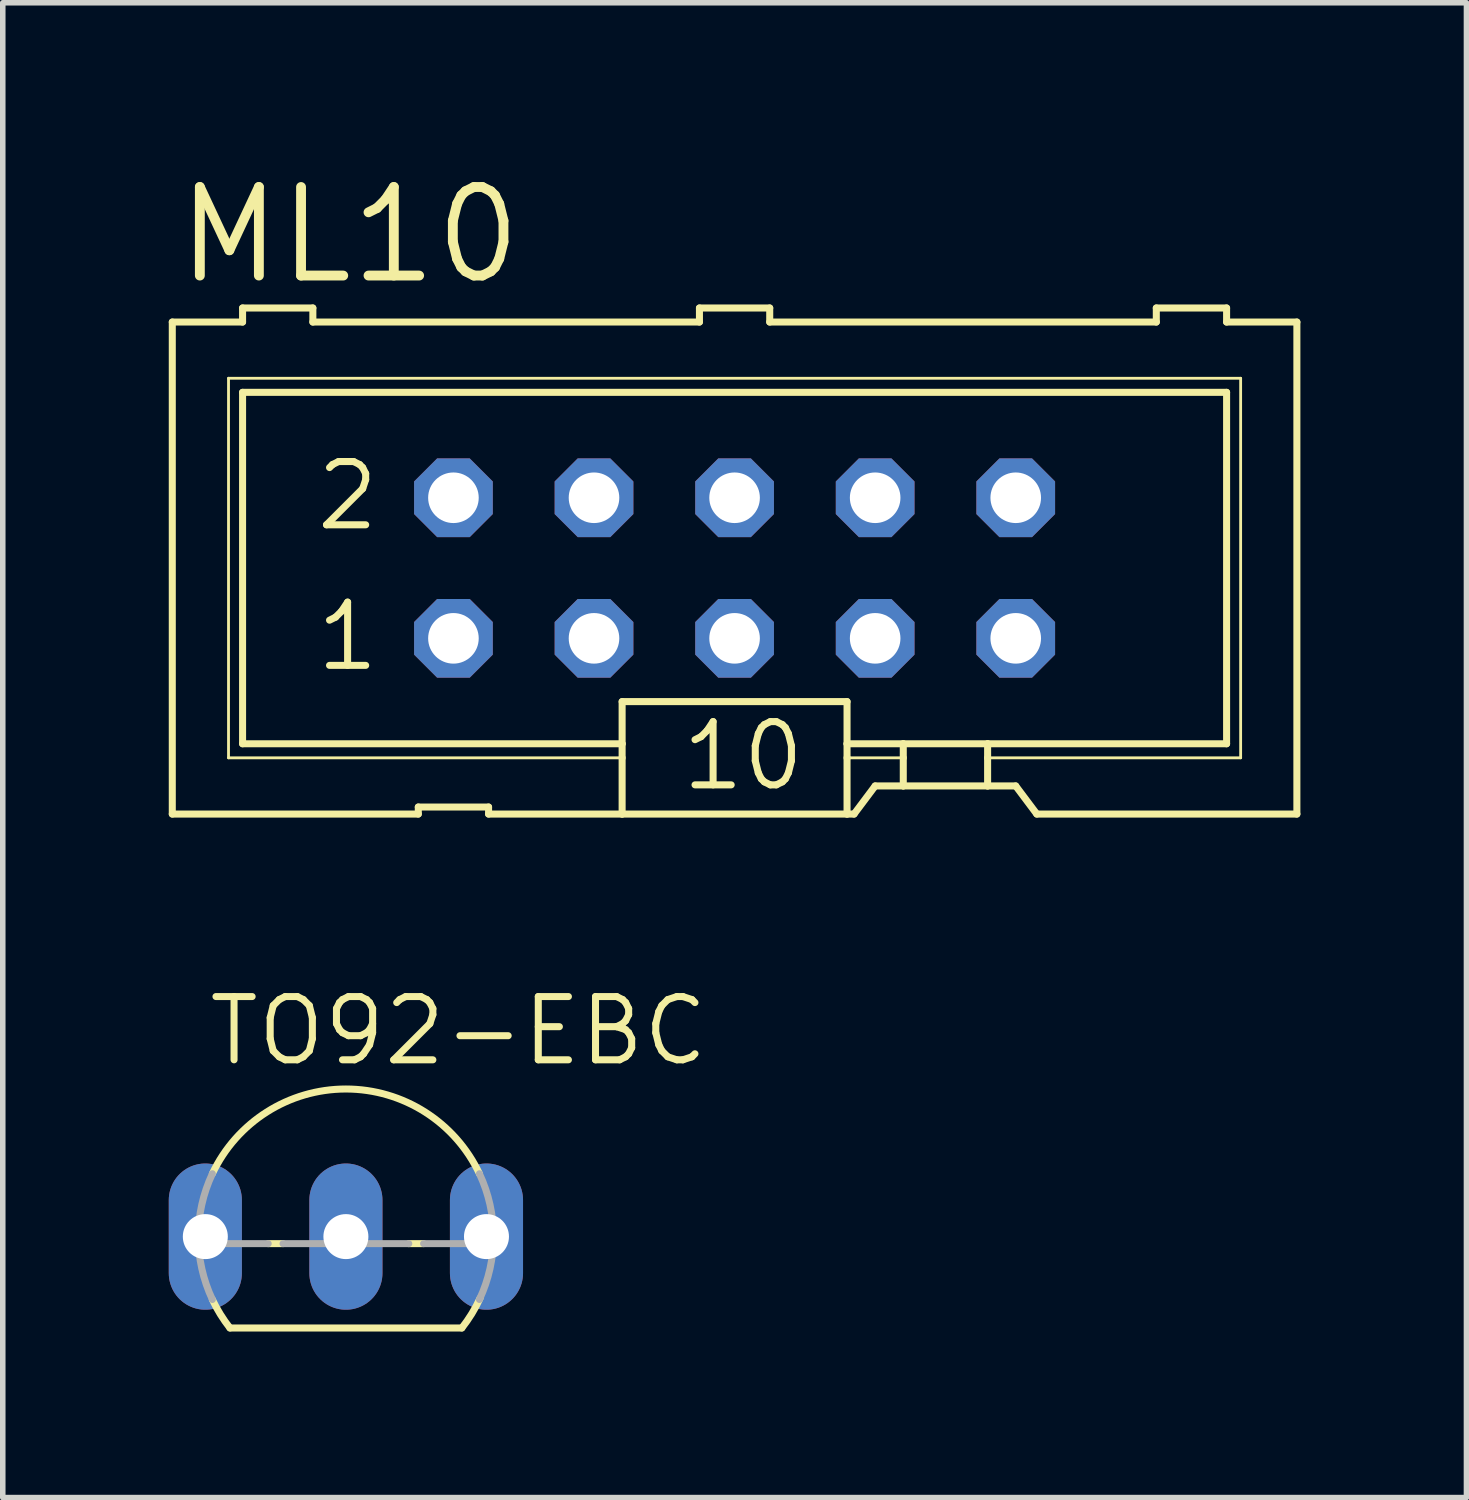
<source format=kicad_pcb>
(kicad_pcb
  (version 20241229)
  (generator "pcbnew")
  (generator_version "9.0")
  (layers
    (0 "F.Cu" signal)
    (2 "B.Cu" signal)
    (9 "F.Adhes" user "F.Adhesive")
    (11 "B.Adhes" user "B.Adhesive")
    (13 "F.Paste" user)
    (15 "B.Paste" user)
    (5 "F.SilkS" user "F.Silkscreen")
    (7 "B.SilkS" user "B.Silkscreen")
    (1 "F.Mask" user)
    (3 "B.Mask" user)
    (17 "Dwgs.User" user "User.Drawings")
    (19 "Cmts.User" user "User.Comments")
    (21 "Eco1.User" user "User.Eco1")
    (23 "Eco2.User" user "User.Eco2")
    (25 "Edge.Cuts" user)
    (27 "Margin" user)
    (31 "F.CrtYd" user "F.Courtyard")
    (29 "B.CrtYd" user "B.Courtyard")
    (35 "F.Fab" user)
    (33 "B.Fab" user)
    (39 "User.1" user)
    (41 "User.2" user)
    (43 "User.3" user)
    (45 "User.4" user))
  (footprint "TO92-EBC"
    (layer "F.Cu")
    (at 3.2 18.024)
    (property "Reference" "TO92-EBC" (at -2.54 -1.778 0) (unlocked yes) (layer "F.SilkS") (effects (font (size 1.143 1.143) (thickness 0.127)) (justify left bottom)))
    (fp_line (start -2.095 2.921) (end 2.095 2.921) (stroke (width 0.127) (type solid)) (layer "F.SilkS"))
    (fp_line (start -1.136 1.397) (end -1.404 1.397) (stroke (width 0.127) (type solid)) (layer "F.SilkS"))
    (fp_line (start 1.404 1.397) (end 1.136 1.397) (stroke (width 0.127) (type solid)) (layer "F.SilkS"))
    (fp_arc (start -2.413 0.1341) (mid -0.000001 -1.396986) (end 2.412999 0.134099) (stroke (width 0.127) (type solid)) (layer "F.SilkS"))
    (fp_arc (start -2.095 2.921) (mid -2.268918 2.67252) (end -2.4135 2.4059) (stroke (width 0.127) (type solid)) (layer "F.SilkS"))
    (fp_arc (start 2.4247 2.3818) (mid 2.275878 2.661201) (end 2.095 2.921) (stroke (width 0.127) (type solid)) (layer "F.SilkS"))
    (fp_line (start -1.404 1.397) (end -2.664 1.397) (stroke (width 0.127) (type solid)) (layer "F.Fab"))
    (fp_line (start 1.136 1.397) (end -1.136 1.397) (stroke (width 0.127) (type solid)) (layer "F.Fab"))
    (fp_line (start 2.664 1.397) (end 1.404 1.397) (stroke (width 0.127) (type solid)) (layer "F.Fab"))
    (fp_arc (start -2.413 2.4059) (mid -2.666991 1.27) (end -2.413 0.1341) (stroke (width 0.127) (type solid)) (layer "F.Fab"))
    (fp_arc (start 2.413 0.1341) (mid 2.666991 1.27) (end 2.413 2.4059) (stroke (width 0.127) (type solid)) (layer "F.Fab"))
    (pad "B" thru_hole oval (at 0 1.27 90) (size 2.642 1.321) (drill 0.813) (layers "*.Cu" "*.Mask"))
    (pad "C" thru_hole oval (at -2.54 1.27 90) (size 2.642 1.321) (drill 0.813) (layers "*.Cu" "*.Mask"))
    (pad "E" thru_hole oval (at 2.54 1.27 90) (size 2.642 1.321) (drill 0.813) (layers "*.Cu" "*.Mask")))
  (footprint "ML10"
    (layer "F.Cu")
    (at 10.223 7.214)
    (property "Reference" "ML10" (at -10.16 -5.08 0) (unlocked yes) (layer "F.SilkS") (effects (font (size 1.6 1.6) (thickness 0.178)) (justify left bottom)))
    (fp_line (start -10.16 -4.445) (end -10.16 4.445) (stroke (width 0.127) (type solid)) (layer "F.SilkS"))
    (fp_line (start -10.16 -4.445) (end -8.89 -4.445) (stroke (width 0.127) (type solid)) (layer "F.SilkS"))
    (fp_line (start -9.144 -3.429) (end -9.144 3.429) (stroke (width 0.051) (type solid)) (layer "F.SilkS"))
    (fp_line (start -9.144 3.429) (end -2.032 3.429) (stroke (width 0.051) (type solid)) (layer "F.SilkS"))
    (fp_line (start -8.89 -4.699) (end -8.89 -4.445) (stroke (width 0.127) (type solid)) (layer "F.SilkS"))
    (fp_line (start -8.89 -3.175) (end -8.89 3.175) (stroke (width 0.127) (type solid)) (layer "F.SilkS"))
    (fp_line (start -8.89 -3.175) (end 8.89 -3.175) (stroke (width 0.127) (type solid)) (layer "F.SilkS"))
    (fp_line (start -7.62 -4.699) (end -8.89 -4.699) (stroke (width 0.127) (type solid)) (layer "F.SilkS"))
    (fp_line (start -7.62 -4.699) (end -7.62 -4.445) (stroke (width 0.127) (type solid)) (layer "F.SilkS"))
    (fp_line (start -7.62 -4.445) (end -0.635 -4.445) (stroke (width 0.127) (type solid)) (layer "F.SilkS"))
    (fp_line (start -5.715 4.445) (end -10.16 4.445) (stroke (width 0.127) (type solid)) (layer "F.SilkS"))
    (fp_line (start -5.715 4.445) (end -5.715 4.318) (stroke (width 0.127) (type solid)) (layer "F.SilkS"))
    (fp_line (start -4.445 4.318) (end -5.715 4.318) (stroke (width 0.127) (type solid)) (layer "F.SilkS"))
    (fp_line (start -4.445 4.318) (end -4.445 4.445) (stroke (width 0.127) (type solid)) (layer "F.SilkS"))
    (fp_line (start -2.032 3.175) (end -8.89 3.175) (stroke (width 0.127) (type solid)) (layer "F.SilkS"))
    (fp_line (start -2.032 3.175) (end -2.032 2.413) (stroke (width 0.127) (type solid)) (layer "F.SilkS"))
    (fp_line (start -2.032 3.175) (end -2.032 3.429) (stroke (width 0.127) (type solid)) (layer "F.SilkS"))
    (fp_line (start -2.032 3.429) (end -2.032 4.445) (stroke (width 0.127) (type solid)) (layer "F.SilkS"))
    (fp_line (start -2.032 4.445) (end -4.445 4.445) (stroke (width 0.127) (type solid)) (layer "F.SilkS"))
    (fp_line (start -0.635 -4.699) (end -0.635 -4.445) (stroke (width 0.127) (type solid)) (layer "F.SilkS"))
    (fp_line (start 0.635 -4.699) (end -0.635 -4.699) (stroke (width 0.127) (type solid)) (layer "F.SilkS"))
    (fp_line (start 0.635 -4.699) (end 0.635 -4.445) (stroke (width 0.127) (type solid)) (layer "F.SilkS"))
    (fp_line (start 0.635 -4.445) (end 7.62 -4.445) (stroke (width 0.127) (type solid)) (layer "F.SilkS"))
    (fp_line (start 2.032 2.413) (end -2.032 2.413) (stroke (width 0.127) (type solid)) (layer "F.SilkS"))
    (fp_line (start 2.032 2.413) (end 2.032 3.175) (stroke (width 0.127) (type solid)) (layer "F.SilkS"))
    (fp_line (start 2.032 3.175) (end 2.032 3.429) (stroke (width 0.127) (type solid)) (layer "F.SilkS"))
    (fp_line (start 2.032 3.429) (end 2.032 4.445) (stroke (width 0.127) (type solid)) (layer "F.SilkS"))
    (fp_line (start 2.032 4.445) (end -2.032 4.445) (stroke (width 0.127) (type solid)) (layer "F.SilkS"))
    (fp_line (start 2.159 4.445) (end 2.032 4.445) (stroke (width 0.127) (type solid)) (layer "F.SilkS"))
    (fp_line (start 2.159 4.445) (end 2.54 3.937) (stroke (width 0.127) (type solid)) (layer "F.SilkS"))
    (fp_line (start 3.048 3.175) (end 2.032 3.175) (stroke (width 0.127) (type solid)) (layer "F.SilkS"))
    (fp_line (start 3.048 3.175) (end 3.048 3.429) (stroke (width 0.127) (type solid)) (layer "F.SilkS"))
    (fp_line (start 3.048 3.429) (end 2.032 3.429) (stroke (width 0.051) (type solid)) (layer "F.SilkS"))
    (fp_line (start 3.048 3.429) (end 3.048 3.937) (stroke (width 0.127) (type solid)) (layer "F.SilkS"))
    (fp_line (start 3.048 3.937) (end 2.54 3.937) (stroke (width 0.127) (type solid)) (layer "F.SilkS"))
    (fp_line (start 4.572 3.175) (end 3.048 3.175) (stroke (width 0.127) (type solid)) (layer "F.SilkS"))
    (fp_line (start 4.572 3.175) (end 4.572 3.429) (stroke (width 0.127) (type solid)) (layer "F.SilkS"))
    (fp_line (start 4.572 3.429) (end 4.572 3.937) (stroke (width 0.127) (type solid)) (layer "F.SilkS"))
    (fp_line (start 4.572 3.429) (end 9.144 3.429) (stroke (width 0.051) (type solid)) (layer "F.SilkS"))
    (fp_line (start 4.572 3.937) (end 3.048 3.937) (stroke (width 0.127) (type solid)) (layer "F.SilkS"))
    (fp_line (start 5.08 3.937) (end 4.572 3.937) (stroke (width 0.127) (type solid)) (layer "F.SilkS"))
    (fp_line (start 5.08 3.937) (end 5.461 4.445) (stroke (width 0.127) (type solid)) (layer "F.SilkS"))
    (fp_line (start 7.62 -4.445) (end 7.62 -4.699) (stroke (width 0.127) (type solid)) (layer "F.SilkS"))
    (fp_line (start 8.89 -4.699) (end 7.62 -4.699) (stroke (width 0.127) (type solid)) (layer "F.SilkS"))
    (fp_line (start 8.89 -4.445) (end 8.89 -4.699) (stroke (width 0.127) (type solid)) (layer "F.SilkS"))
    (fp_line (start 8.89 -4.445) (end 10.16 -4.445) (stroke (width 0.127) (type solid)) (layer "F.SilkS"))
    (fp_line (start 8.89 3.175) (end 4.572 3.175) (stroke (width 0.127) (type solid)) (layer "F.SilkS"))
    (fp_line (start 8.89 3.175) (end 8.89 -3.175) (stroke (width 0.127) (type solid)) (layer "F.SilkS"))
    (fp_line (start 9.144 -3.429) (end -9.144 -3.429) (stroke (width 0.051) (type solid)) (layer "F.SilkS"))
    (fp_line (start 9.144 3.429) (end 9.144 -3.429) (stroke (width 0.051) (type solid)) (layer "F.SilkS"))
    (fp_line (start 10.16 4.445) (end 5.461 4.445) (stroke (width 0.127) (type solid)) (layer "F.SilkS"))
    (fp_line (start 10.16 4.445) (end 10.16 -4.445) (stroke (width 0.127) (type solid)) (layer "F.SilkS"))
    (fp_poly (pts (xy -5.334 -1.016) (xy -4.826 -1.016) (xy -4.826 -1.524) (xy -5.334 -1.524)) (stroke (width 0.1) (type default)) (fill no) (layer "F.Fab"))
    (fp_poly (pts (xy -5.334 1.524) (xy -4.826 1.524) (xy -4.826 1.016) (xy -5.334 1.016)) (stroke (width 0.1) (type default)) (fill no) (layer "F.Fab"))
    (fp_poly (pts (xy -2.794 -1.016) (xy -2.286 -1.016) (xy -2.286 -1.524) (xy -2.794 -1.524)) (stroke (width 0.1) (type default)) (fill no) (layer "F.Fab"))
    (fp_poly (pts (xy -2.794 1.524) (xy -2.286 1.524) (xy -2.286 1.016) (xy -2.794 1.016)) (stroke (width 0.1) (type default)) (fill no) (layer "F.Fab"))
    (fp_poly (pts (xy -0.254 -1.016) (xy 0.254 -1.016) (xy 0.254 -1.524) (xy -0.254 -1.524)) (stroke (width 0.1) (type default)) (fill no) (layer "F.Fab"))
    (fp_poly (pts (xy -0.254 1.524) (xy 0.254 1.524) (xy 0.254 1.016) (xy -0.254 1.016)) (stroke (width 0.1) (type default)) (fill no) (layer "F.Fab"))
    (fp_poly (pts (xy 2.286 -1.016) (xy 2.794 -1.016) (xy 2.794 -1.524) (xy 2.286 -1.524)) (stroke (width 0.1) (type default)) (fill no) (layer "F.Fab"))
    (fp_poly (pts (xy 2.286 1.524) (xy 2.794 1.524) (xy 2.794 1.016) (xy 2.286 1.016)) (stroke (width 0.1) (type default)) (fill no) (layer "F.Fab"))
    (fp_poly (pts (xy 4.826 -1.016) (xy 5.334 -1.016) (xy 5.334 -1.524) (xy 4.826 -1.524)) (stroke (width 0.1) (type default)) (fill no) (layer "F.Fab"))
    (fp_poly (pts (xy 4.826 1.524) (xy 5.334 1.524) (xy 5.334 1.016) (xy 4.826 1.016)) (stroke (width 0.1) (type default)) (fill no) (layer "F.Fab"))
    (fp_text user "1" (at -7.62 1.905 0) (unlocked yes) (layer "F.SilkS") (effects (font (size 1.143 1.143) (thickness 0.127)) (justify left bottom)))
    (fp_text user "10" (at -1.016 4.064 0) (unlocked yes) (layer "F.SilkS") (effects (font (size 1.143 1.143) (thickness 0.127)) (justify left bottom)))
    (fp_text user "2" (at -7.62 -0.635 0) (unlocked yes) (layer "F.SilkS") (effects (font (size 1.143 1.143) (thickness 0.127)) (justify left bottom)))
    (pad "1" thru_hole roundrect (at -5.08 1.27) (size 1.422 1.422) (drill 0.914) (layers "*.Cu" "*.Mask") (roundrect_rratio 0.25) (chamfer_ratio 0.293) (chamfer top_left top_right bottom_left bottom_right))
    (pad "2" thru_hole roundrect (at -5.08 -1.27) (size 1.422 1.422) (drill 0.914) (layers "*.Cu" "*.Mask") (roundrect_rratio 0.25) (chamfer_ratio 0.293) (chamfer top_left top_right bottom_left bottom_right))
    (pad "3" thru_hole roundrect (at -2.54 1.27) (size 1.422 1.422) (drill 0.914) (layers "*.Cu" "*.Mask") (roundrect_rratio 0.25) (chamfer_ratio 0.293) (chamfer top_left top_right bottom_left bottom_right))
    (pad "4" thru_hole roundrect (at -2.54 -1.27) (size 1.422 1.422) (drill 0.914) (layers "*.Cu" "*.Mask") (roundrect_rratio 0.25) (chamfer_ratio 0.293) (chamfer top_left top_right bottom_left bottom_right))
    (pad "5" thru_hole roundrect (at 0 1.27) (size 1.422 1.422) (drill 0.914) (layers "*.Cu" "*.Mask") (roundrect_rratio 0.25) (chamfer_ratio 0.293) (chamfer top_left top_right bottom_left bottom_right))
    (pad "6" thru_hole roundrect (at 0 -1.27) (size 1.422 1.422) (drill 0.914) (layers "*.Cu" "*.Mask") (roundrect_rratio 0.25) (chamfer_ratio 0.293) (chamfer top_left top_right bottom_left bottom_right))
    (pad "7" thru_hole roundrect (at 2.54 1.27) (size 1.422 1.422) (drill 0.914) (layers "*.Cu" "*.Mask") (roundrect_rratio 0.25) (chamfer_ratio 0.293) (chamfer top_left top_right bottom_left bottom_right))
    (pad "8" thru_hole roundrect (at 2.54 -1.27) (size 1.422 1.422) (drill 0.914) (layers "*.Cu" "*.Mask") (roundrect_rratio 0.25) (chamfer_ratio 0.293) (chamfer top_left top_right bottom_left bottom_right))
    (pad "9" thru_hole roundrect (at 5.08 1.27) (size 1.422 1.422) (drill 0.914) (layers "*.Cu" "*.Mask") (roundrect_rratio 0.25) (chamfer_ratio 0.293) (chamfer top_left top_right bottom_left bottom_right))
    (pad "10" thru_hole roundrect (at 5.08 -1.27) (size 1.422 1.422) (drill 0.914) (layers "*.Cu" "*.Mask") (roundrect_rratio 0.25) (chamfer_ratio 0.293) (chamfer top_left top_right bottom_left bottom_right)))
  (gr_rect
    (start -3 -3)
    (end 23.447 24.009)
    (stroke (width 0.1) (type default))
    (fill no)
    (layer "Edge.Cuts")))
</source>
